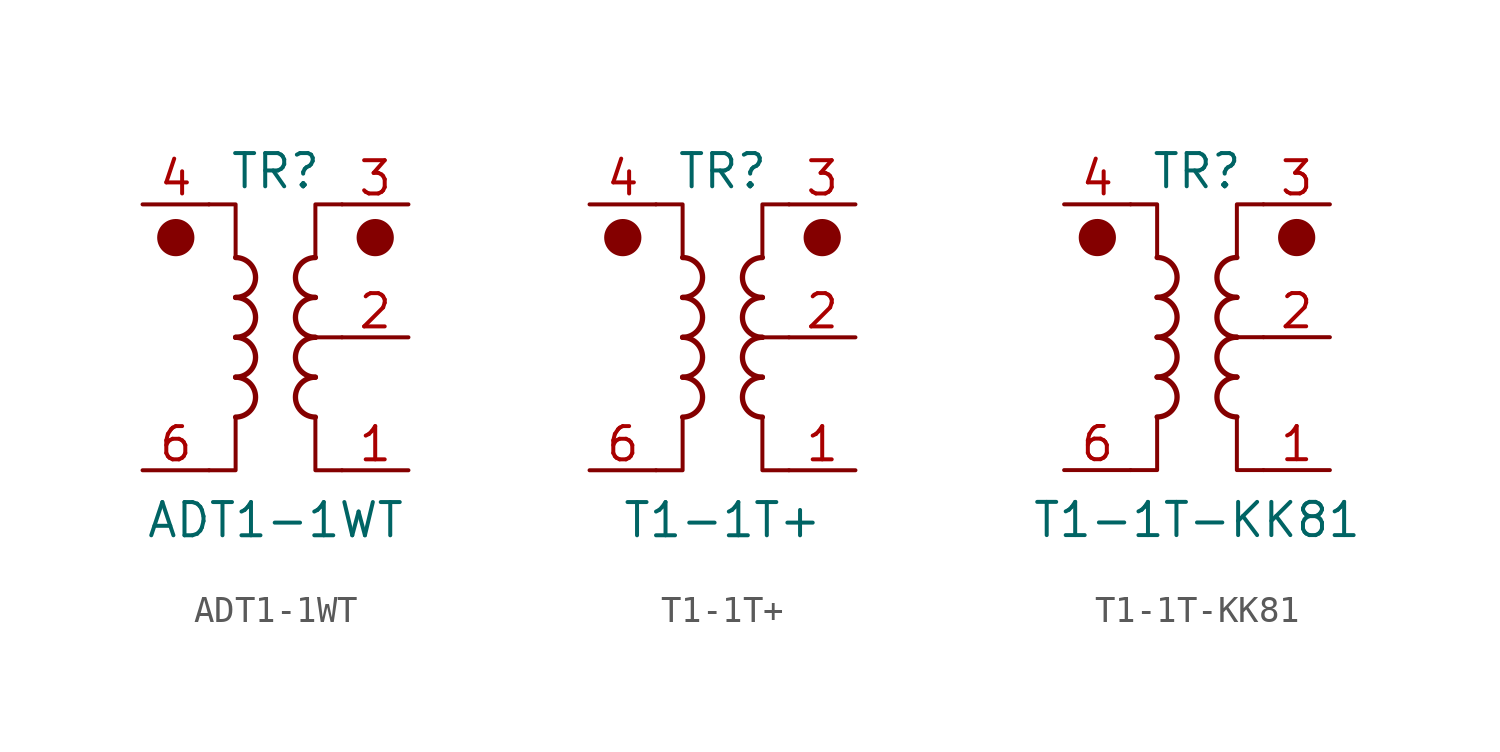
<source format=kicad_sym>
(kicad_symbol_lib
  (version 20241209)
  (generator "kicad_symbol_editor")
  (generator_version "9.0")
  (symbol "ADT1-1WT"
    (pin_names
      (hide yes))
    (property "Reference" "TR"
      (at 0 6.35 0)
      (effects (font (size 1.27 1.27))))
    (property "Value" "ADT1-1WT"
      (at 0 -6.985 0)
      (effects (font (size 1.27 1.27))))
    (symbol "ADT1-1WT_0_1"
      (circle (center -3.81 3.81) (radius 0.635) (stroke (width 0) (type default)) (fill (type outline)))
      (polyline (pts (xy -2.54 5.08) (xy -1.524 5.08) (xy -1.524 3.048)) (stroke (width 0.152) (type default)) (fill (type none)))
      (arc (start -1.524 3.048) (mid -0.7653 2.286) (end -1.524 1.524) (stroke (width 0.2032) (type default)) (fill (type none)))
      (arc (start -1.524 1.524) (mid -0.7653 0.762) (end -1.524 0) (stroke (width 0.2032) (type default)) (fill (type none)))
      (arc (start -1.524 0) (mid -0.7653 -0.762) (end -1.524 -1.524) (stroke (width 0.2032) (type default)) (fill (type none)))
      (arc (start -1.524 -1.524) (mid -0.7653 -2.286) (end -1.524 -3.048) (stroke (width 0.2032) (type default)) (fill (type none)))
      (polyline (pts (xy -1.524 -3.048) (xy -1.524 -5.08) (xy -2.54 -5.08)) (stroke (width 0.152) (type default)) (fill (type none)))
      (polyline (pts (xy 1.524 3.048) (xy 1.524 5.08) (xy 2.54 5.08)) (stroke (width 0.152) (type default)) (fill (type none)))
      (arc (start 1.524 1.524) (mid 0.7653 2.286) (end 1.524 3.048) (stroke (width 0.2032) (type default)) (fill (type none)))
      (arc (start 1.524 0) (mid 0.7653 0.762) (end 1.524 1.524) (stroke (width 0.2032) (type default)) (fill (type none)))
      (arc (start 1.524 -1.524) (mid 0.7653 -0.762) (end 1.524 0) (stroke (width 0.2032) (type default)) (fill (type none)))
      (arc (start 1.524 -3.048) (mid 0.7653 -2.286) (end 1.524 -1.524) (stroke (width 0.2032) (type default)) (fill (type none)))
      (polyline (pts (xy 2.54 0) (xy 1.27 0)) (stroke (width 0.152) (type default)) (fill (type none)))
      (polyline (pts (xy 2.54 -5.08) (xy 1.524 -5.08) (xy 1.524 -3.048)) (stroke (width 0.152) (type default)) (fill (type none)))
      (circle (center 3.81 3.81) (radius 0.635) (stroke (width 0) (type default)) (fill (type outline))))
    (symbol "ADT1-1WT_1_1"
      (pin passive line (at -5.08 5.08 0) (length 2.54) (name "~" (effects (font (size 1.27 1.27)))) (number "4" (effects (font (size 1.27 1.27)))))
      (pin passive line (at -5.08 -5.08 0) (length 2.54) (name "~" (effects (font (size 1.27 1.27)))) (number "6" (effects (font (size 1.27 1.27)))))
      (pin no_connect line (at -2.54 0 0) (length 2.54) (hide yes) (name "~" (effects (font (size 1.27 1.27)))) (number "5" (effects (font (size 1.27 1.27)))))
      (pin passive line (at 5.08 5.08 180) (length 2.54) (name "~" (effects (font (size 1.27 1.27)))) (number "3" (effects (font (size 1.27 1.27)))))
      (pin passive line (at 5.08 0 180) (length 2.54) (name "~" (effects (font (size 1.27 1.27)))) (number "2" (effects (font (size 1.27 1.27)))))
      (pin passive line (at 5.08 -5.08 180) (length 2.54) (name "~" (effects (font (size 1.27 1.27)))) (number "1" (effects (font (size 1.27 1.27)))))))
  (symbol "T1-1T+"
    (pin_names
      (hide yes))
    (property "Reference" "TR"
      (at 0 6.35 0)
      (effects (font (size 1.27 1.27))))
    (property "Value" "T1-1T+"
      (at 0 -6.985 0)
      (effects (font (size 1.27 1.27))))
    (symbol "T1-1T+_0_1"
      (circle (center -3.81 3.81) (radius 0.635) (stroke (width 0) (type default)) (fill (type outline)))
      (polyline (pts (xy -2.54 5.08) (xy -1.524 5.08) (xy -1.524 3.048)) (stroke (width 0.152) (type default)) (fill (type none)))
      (arc (start -1.524 3.048) (mid -0.7653 2.286) (end -1.524 1.524) (stroke (width 0.2032) (type default)) (fill (type none)))
      (arc (start -1.524 1.524) (mid -0.7653 0.762) (end -1.524 0) (stroke (width 0.2032) (type default)) (fill (type none)))
      (arc (start -1.524 0) (mid -0.7653 -0.762) (end -1.524 -1.524) (stroke (width 0.2032) (type default)) (fill (type none)))
      (arc (start -1.524 -1.524) (mid -0.7653 -2.286) (end -1.524 -3.048) (stroke (width 0.2032) (type default)) (fill (type none)))
      (polyline (pts (xy -1.524 -3.048) (xy -1.524 -5.08) (xy -2.54 -5.08)) (stroke (width 0.152) (type default)) (fill (type none)))
      (polyline (pts (xy 1.524 3.048) (xy 1.524 5.08) (xy 2.54 5.08)) (stroke (width 0.152) (type default)) (fill (type none)))
      (arc (start 1.524 1.524) (mid 0.7653 2.286) (end 1.524 3.048) (stroke (width 0.2032) (type default)) (fill (type none)))
      (arc (start 1.524 0) (mid 0.7653 0.762) (end 1.524 1.524) (stroke (width 0.2032) (type default)) (fill (type none)))
      (arc (start 1.524 -1.524) (mid 0.7653 -0.762) (end 1.524 0) (stroke (width 0.2032) (type default)) (fill (type none)))
      (arc (start 1.524 -3.048) (mid 0.7653 -2.286) (end 1.524 -1.524) (stroke (width 0.2032) (type default)) (fill (type none)))
      (polyline (pts (xy 2.54 0) (xy 1.27 0)) (stroke (width 0.152) (type default)) (fill (type none)))
      (polyline (pts (xy 2.54 -5.08) (xy 1.524 -5.08) (xy 1.524 -3.048)) (stroke (width 0.152) (type default)) (fill (type none)))
      (circle (center 3.81 3.81) (radius 0.635) (stroke (width 0) (type default)) (fill (type outline))))
    (symbol "T1-1T+_1_1"
      (pin passive line (at -5.08 5.08 0) (length 2.54) (name "~" (effects (font (size 1.27 1.27)))) (number "4" (effects (font (size 1.27 1.27)))))
      (pin passive line (at -5.08 -5.08 0) (length 2.54) (name "~" (effects (font (size 1.27 1.27)))) (number "6" (effects (font (size 1.27 1.27)))))
      (pin no_connect line (at -2.54 0 0) (length 2.54) (hide yes) (name "~" (effects (font (size 1.27 1.27)))) (number "5" (effects (font (size 1.27 1.27)))))
      (pin passive line (at 5.08 5.08 180) (length 2.54) (name "~" (effects (font (size 1.27 1.27)))) (number "3" (effects (font (size 1.27 1.27)))))
      (pin passive line (at 5.08 0 180) (length 2.54) (name "~" (effects (font (size 1.27 1.27)))) (number "2" (effects (font (size 1.27 1.27)))))
      (pin passive line (at 5.08 -5.08 180) (length 2.54) (name "~" (effects (font (size 1.27 1.27)))) (number "1" (effects (font (size 1.27 1.27)))))))
  (symbol "T1-1T-KK81"
    (pin_names
      (hide yes))
    (property "Reference" "TR"
      (at 0 6.35 0)
      (effects (font (size 1.27 1.27))))
    (property "Value" "T1-1T-KK81"
      (at 0 -6.985 0)
      (effects (font (size 1.27 1.27))))
    (symbol "T1-1T-KK81_0_1"
      (circle (center -3.81 3.81) (radius 0.635) (stroke (width 0) (type default)) (fill (type outline)))
      (polyline (pts (xy -2.54 5.08) (xy -1.524 5.08) (xy -1.524 3.048)) (stroke (width 0.152) (type default)) (fill (type none)))
      (arc (start -1.524 3.048) (mid -0.7653 2.286) (end -1.524 1.524) (stroke (width 0.2032) (type default)) (fill (type none)))
      (arc (start -1.524 1.524) (mid -0.7653 0.762) (end -1.524 0) (stroke (width 0.2032) (type default)) (fill (type none)))
      (arc (start -1.524 0) (mid -0.7653 -0.762) (end -1.524 -1.524) (stroke (width 0.2032) (type default)) (fill (type none)))
      (arc (start -1.524 -1.524) (mid -0.7653 -2.286) (end -1.524 -3.048) (stroke (width 0.2032) (type default)) (fill (type none)))
      (polyline (pts (xy -1.524 -3.048) (xy -1.524 -5.08) (xy -2.54 -5.08)) (stroke (width 0.152) (type default)) (fill (type none)))
      (polyline (pts (xy 1.524 3.048) (xy 1.524 5.08) (xy 2.54 5.08)) (stroke (width 0.152) (type default)) (fill (type none)))
      (arc (start 1.524 1.524) (mid 0.7653 2.286) (end 1.524 3.048) (stroke (width 0.2032) (type default)) (fill (type none)))
      (arc (start 1.524 0) (mid 0.7653 0.762) (end 1.524 1.524) (stroke (width 0.2032) (type default)) (fill (type none)))
      (arc (start 1.524 -1.524) (mid 0.7653 -0.762) (end 1.524 0) (stroke (width 0.2032) (type default)) (fill (type none)))
      (arc (start 1.524 -3.048) (mid 0.7653 -2.286) (end 1.524 -1.524) (stroke (width 0.2032) (type default)) (fill (type none)))
      (polyline (pts (xy 2.54 0) (xy 1.27 0)) (stroke (width 0.152) (type default)) (fill (type none)))
      (polyline (pts (xy 2.54 -5.08) (xy 1.524 -5.08) (xy 1.524 -3.048)) (stroke (width 0.152) (type default)) (fill (type none)))
      (circle (center 3.81 3.81) (radius 0.635) (stroke (width 0) (type default)) (fill (type outline))))
    (symbol "T1-1T-KK81_1_1"
      (pin passive line (at -5.08 5.08 0) (length 2.54) (name "~" (effects (font (size 1.27 1.27)))) (number "4" (effects (font (size 1.27 1.27)))))
      (pin passive line (at -5.08 -5.08 0) (length 2.54) (name "~" (effects (font (size 1.27 1.27)))) (number "6" (effects (font (size 1.27 1.27)))))
      (pin no_connect line (at -2.54 0 0) (length 2.54) (hide yes) (name "~" (effects (font (size 1.27 1.27)))) (number "5" (effects (font (size 1.27 1.27)))))
      (pin passive line (at 5.08 5.08 180) (length 2.54) (name "~" (effects (font (size 1.27 1.27)))) (number "3" (effects (font (size 1.27 1.27)))))
      (pin passive line (at 5.08 0 180) (length 2.54) (name "~" (effects (font (size 1.27 1.27)))) (number "2" (effects (font (size 1.27 1.27)))))
      (pin passive line (at 5.08 -5.08 180) (length 2.54) (name "~" (effects (font (size 1.27 1.27)))) (number "1" (effects (font (size 1.27 1.27))))))))
</source>
